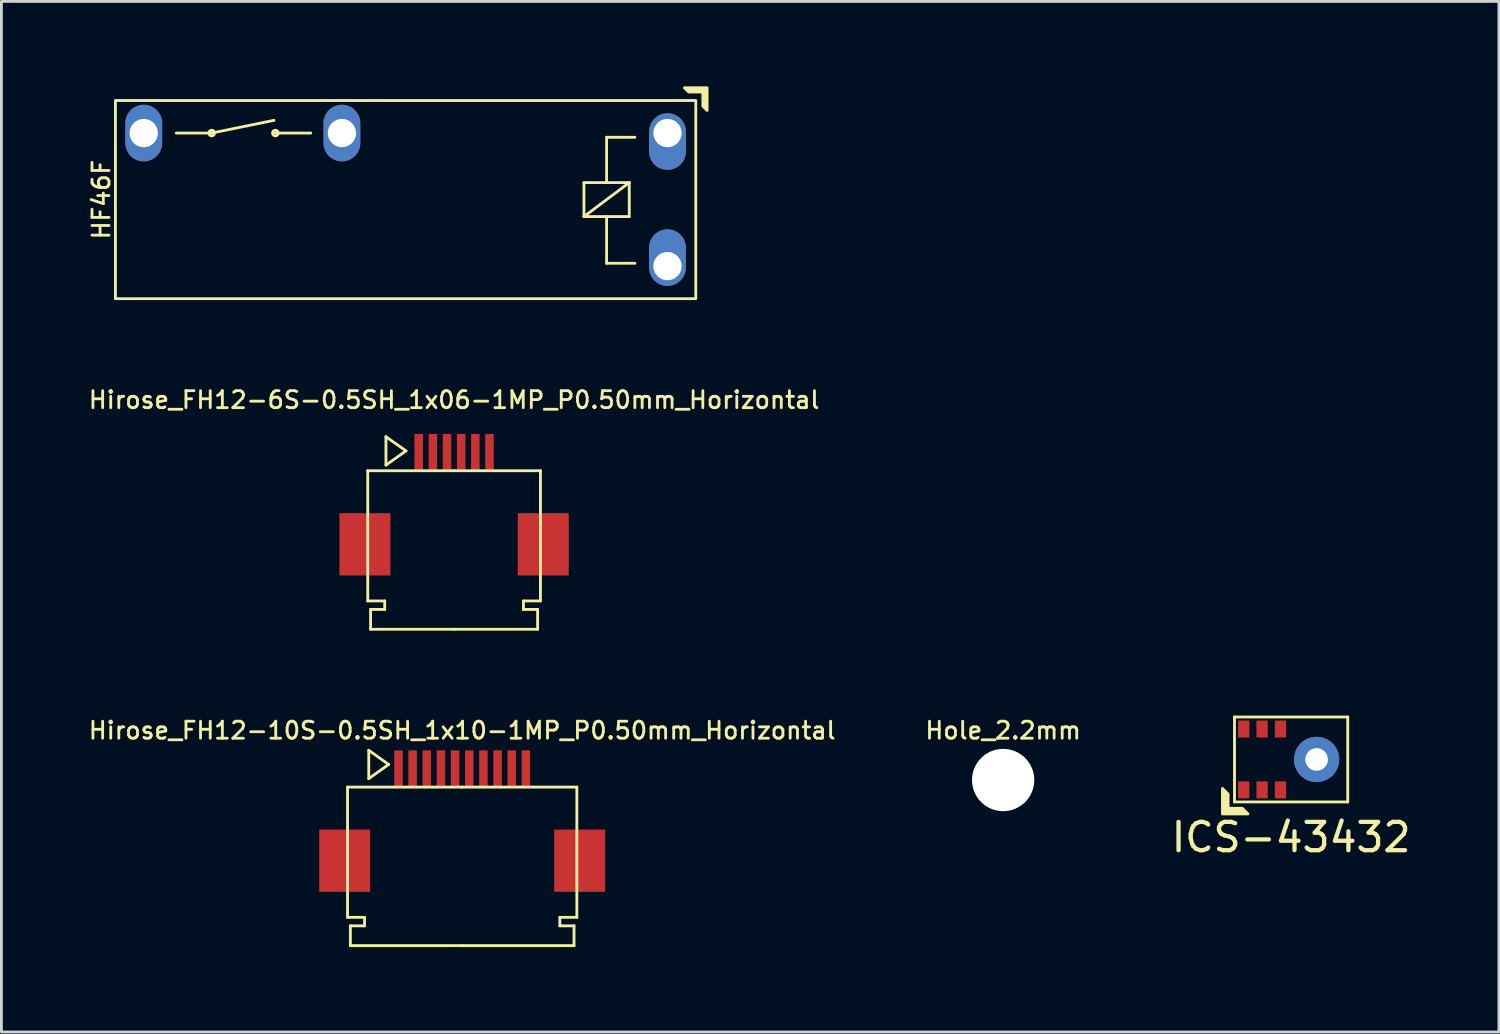
<source format=kicad_pcb>
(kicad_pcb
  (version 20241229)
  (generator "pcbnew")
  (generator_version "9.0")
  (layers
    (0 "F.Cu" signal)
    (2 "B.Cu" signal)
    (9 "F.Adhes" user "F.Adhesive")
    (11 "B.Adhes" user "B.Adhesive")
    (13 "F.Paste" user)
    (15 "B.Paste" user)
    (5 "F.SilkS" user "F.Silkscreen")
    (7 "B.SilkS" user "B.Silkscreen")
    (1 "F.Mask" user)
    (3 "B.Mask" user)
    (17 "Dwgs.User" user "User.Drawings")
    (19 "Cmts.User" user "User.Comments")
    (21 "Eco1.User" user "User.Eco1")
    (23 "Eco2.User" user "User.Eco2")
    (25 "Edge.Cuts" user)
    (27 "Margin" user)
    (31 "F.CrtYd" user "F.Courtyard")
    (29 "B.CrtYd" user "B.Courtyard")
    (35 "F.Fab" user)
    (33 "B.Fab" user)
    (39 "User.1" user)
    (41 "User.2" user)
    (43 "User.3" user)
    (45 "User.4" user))
  (footprint "Hirose_FH12-10S-0.5SH_1x10-1MP_P0.50mm_Horizontal"
    (layer "F.Cu")
    (at 13.276 25.953)
    (property "Reference" "Hirose_FH12-10S-0.5SH_1x10-1MP_P0.50mm_Horizontal" (at 0 -3.2 0) (layer "F.SilkS") (effects (font (size 0.6 0.6) (thickness 0.1) (bold yes))))
    (attr smd)
    (fp_line (start -4.05 -1.2) (end -4.05 3.4) (stroke (width 0.1) (type solid)) (layer "F.SilkS"))
    (fp_line (start -4.05 3.4) (end -3.45 3.4) (stroke (width 0.1) (type solid)) (layer "F.SilkS"))
    (fp_line (start -3.95 3.7) (end -3.95 4.4) (stroke (width 0.1) (type solid)) (layer "F.SilkS"))
    (fp_line (start -3.95 4.4) (end 0 4.4) (stroke (width 0.1) (type solid)) (layer "F.SilkS"))
    (fp_line (start -3.45 3.4) (end -3.45 3.7) (stroke (width 0.1) (type solid)) (layer "F.SilkS"))
    (fp_line (start -3.45 3.7) (end -3.95 3.7) (stroke (width 0.1) (type solid)) (layer "F.SilkS"))
    (fp_line (start -3.3 -2.5) (end -3.3 -1.5) (stroke (width 0.1) (type default)) (layer "F.SilkS"))
    (fp_line (start -3.3 -1.5) (end -2.6 -2) (stroke (width 0.1) (type default)) (layer "F.SilkS"))
    (fp_line (start -2.6 -2) (end -3.3 -2.5) (stroke (width 0.1) (type default)) (layer "F.SilkS"))
    (fp_line (start 0 -1.2) (end -4.05 -1.2) (stroke (width 0.1) (type solid)) (layer "F.SilkS"))
    (fp_line (start 0 -1.2) (end 4.05 -1.2) (stroke (width 0.1) (type solid)) (layer "F.SilkS"))
    (fp_line (start 3.45 3.4) (end 3.45 3.7) (stroke (width 0.1) (type solid)) (layer "F.SilkS"))
    (fp_line (start 3.45 3.7) (end 3.95 3.7) (stroke (width 0.1) (type solid)) (layer "F.SilkS"))
    (fp_line (start 3.95 3.7) (end 3.95 4.4) (stroke (width 0.1) (type solid)) (layer "F.SilkS"))
    (fp_line (start 3.95 4.4) (end 0 4.4) (stroke (width 0.1) (type solid)) (layer "F.SilkS"))
    (fp_line (start 4.05 -1.2) (end 4.05 3.4) (stroke (width 0.1) (type solid)) (layer "F.SilkS"))
    (fp_line (start 4.05 3.4) (end 3.45 3.4) (stroke (width 0.1) (type solid)) (layer "F.SilkS"))
    (pad "" smd rect (at -4.15 1.4) (size 1.8 2.2) (layers "F.Cu" "F.Mask" "F.Paste"))
    (pad "" smd rect (at 4.15 1.4) (size 1.8 2.2) (layers "F.Cu" "F.Mask" "F.Paste"))
    (pad "1" smd rect (at -2.25 -1.85) (size 0.3 1.3) (layers "F.Cu" "F.Mask" "F.Paste"))
    (pad "2" smd rect (at -1.75 -1.85) (size 0.3 1.3) (layers "F.Cu" "F.Mask" "F.Paste"))
    (pad "3" smd rect (at -1.25 -1.85) (size 0.3 1.3) (layers "F.Cu" "F.Mask" "F.Paste"))
    (pad "4" smd rect (at -0.75 -1.85) (size 0.3 1.3) (layers "F.Cu" "F.Mask" "F.Paste"))
    (pad "5" smd rect (at -0.25 -1.85) (size 0.3 1.3) (layers "F.Cu" "F.Mask" "F.Paste"))
    (pad "6" smd rect (at 0.25 -1.85) (size 0.3 1.3) (layers "F.Cu" "F.Mask" "F.Paste"))
    (pad "7" smd rect (at 0.75 -1.85) (size 0.3 1.3) (layers "F.Cu" "F.Mask" "F.Paste"))
    (pad "8" smd rect (at 1.25 -1.85) (size 0.3 1.3) (layers "F.Cu" "F.Mask" "F.Paste"))
    (pad "9" smd rect (at 1.75 -1.85) (size 0.3 1.3) (layers "F.Cu" "F.Mask" "F.Paste"))
    (pad "10" smd rect (at 2.25 -1.85) (size 0.3 1.3) (layers "F.Cu" "F.Mask" "F.Paste")))
  (footprint "HF46F"
    (layer "F.Cu")
    (at 11.277 4)
    (property "Reference" "HF46F" (at -10.75 0 90) (layer "F.SilkS") (effects (font (size 0.6 0.6) (thickness 0.1))))
    (attr through_hole)
    (fp_line (start -8.1 -2.35) (end -6.85 -2.35) (stroke (width 0.1) (type solid)) (layer "F.SilkS"))
    (fp_line (start -6.85 -2.35) (end -4.65 -2.8) (stroke (width 0.1) (type solid)) (layer "F.SilkS"))
    (fp_line (start -4.6 -2.35) (end -3.35 -2.35) (stroke (width 0.1) (type solid)) (layer "F.SilkS"))
    (fp_line (start 6.3 -0.6) (end 6.3 0.6) (stroke (width 0.1) (type solid)) (layer "F.SilkS"))
    (fp_line (start 6.3 0.6) (end 7.9 0.6) (stroke (width 0.1) (type solid)) (layer "F.SilkS"))
    (fp_line (start 7.1 -0.6) (end 7.1 -2.2) (stroke (width 0.1) (type solid)) (layer "F.SilkS"))
    (fp_line (start 7.1 2.25) (end 7.1 0.6) (stroke (width 0.1) (type solid)) (layer "F.SilkS"))
    (fp_line (start 7.9 -0.6) (end 6.3 -0.6) (stroke (width 0.1) (type solid)) (layer "F.SilkS"))
    (fp_line (start 7.9 -0.6) (end 6.3 0.6) (stroke (width 0.1) (type solid)) (layer "F.SilkS"))
    (fp_line (start 7.9 0.6) (end 7.9 -0.6) (stroke (width 0.1) (type solid)) (layer "F.SilkS"))
    (fp_line (start 8.1 -2.2) (end 7.1 -2.2) (stroke (width 0.1) (type solid)) (layer "F.SilkS"))
    (fp_line (start 8.1 2.25) (end 7.1 2.25) (stroke (width 0.1) (type solid)) (layer "F.SilkS"))
    (fp_rect (start -10.25 -3.5) (end 10.25 3.5) (stroke (width 0.1) (type solid)) (fill no) (layer "F.SilkS"))
    (fp_circle (center -6.85 -2.35) (end -6.75 -2.35) (stroke (width 0.1) (type solid)) (fill no) (layer "F.SilkS"))
    (fp_circle (center -4.6 -2.35) (end -4.5 -2.35) (stroke (width 0.1) (type solid)) (fill no) (layer "F.SilkS"))
    (fp_poly (pts (xy 10.65 -3.95) (xy 10.65 -3.15) (xy 10.5 -3.3) (xy 10.5 -3.8) (xy 10 -3.8) (xy 9.85 -3.95)) (stroke (width 0.1) (type solid)) (fill yes) (layer "F.SilkS"))
    (pad "1" thru_hole oval (at 9.25 -2.35) (size 1.3 2) (drill 1 (offset 0 0.3)) (layers "*.Cu" "*.Mask"))
    (pad "2" thru_hole oval (at 9.25 2.35 180) (size 1.3 2) (drill 1 (offset 0 0.3)) (layers "*.Cu" "*.Mask"))
    (pad "3" thru_hole oval (at -2.25 -2.35 270) (size 2 1.3) (drill 1) (layers "*.Cu" "*.Mask"))
    (pad "4" thru_hole oval (at -9.25 -2.35 270) (size 2 1.3) (drill 1) (layers "*.Cu" "*.Mask")))
  (footprint "Hole_2.2mm"
    (layer "F.Cu")
    (at 32.384 24.503)
    (property "Reference" "Hole_2.2mm" (at 0 -1.75 0) (layer "F.SilkS") (effects (font (size 0.6 0.6) (thickness 0.1))))
    (attr exclude_from_pos_files)
    (pad "" np_thru_hole circle (at 0 0) (size 2.2 2.2) (drill 2.2) (layers "*.Cu" "*.Mask")))
  (footprint "Hirose_FH12-6S-0.5SH_1x06-1MP_P0.50mm_Horizontal"
    (layer "F.Cu")
    (at 12.99 14.777)
    (property "Reference" "Hirose_FH12-6S-0.5SH_1x06-1MP_P0.50mm_Horizontal" (at 0 -3.7 0) (layer "F.SilkS") (effects (font (size 0.6 0.6) (thickness 0.1) (bold yes))))
    (attr smd)
    (fp_line (start -3.05 -1.2) (end -3.05 3.4) (stroke (width 0.1) (type solid)) (layer "F.SilkS"))
    (fp_line (start -3.05 3.4) (end -2.45 3.4) (stroke (width 0.1) (type solid)) (layer "F.SilkS"))
    (fp_line (start -2.95 3.7) (end -2.95 4.4) (stroke (width 0.1) (type solid)) (layer "F.SilkS"))
    (fp_line (start -2.95 4.4) (end 0 4.4) (stroke (width 0.1) (type solid)) (layer "F.SilkS"))
    (fp_line (start -2.45 3.4) (end -2.45 3.7) (stroke (width 0.1) (type solid)) (layer "F.SilkS"))
    (fp_line (start -2.45 3.7) (end -2.95 3.7) (stroke (width 0.1) (type solid)) (layer "F.SilkS"))
    (fp_line (start -2.407 -1.4) (end -2.407 -2.4) (stroke (width 0.1) (type solid)) (layer "F.SilkS"))
    (fp_line (start -2.407 -1.4) (end -1.7 -1.9) (stroke (width 0.1) (type solid)) (layer "F.SilkS"))
    (fp_line (start -1.7 -1.9) (end -2.407 -2.4) (stroke (width 0.1) (type solid)) (layer "F.SilkS"))
    (fp_line (start 0 -1.2) (end -3.05 -1.2) (stroke (width 0.1) (type solid)) (layer "F.SilkS"))
    (fp_line (start 0 -1.2) (end 3.05 -1.2) (stroke (width 0.1) (type solid)) (layer "F.SilkS"))
    (fp_line (start 2.45 3.4) (end 2.45 3.7) (stroke (width 0.1) (type solid)) (layer "F.SilkS"))
    (fp_line (start 2.45 3.7) (end 2.95 3.7) (stroke (width 0.1) (type solid)) (layer "F.SilkS"))
    (fp_line (start 2.95 3.7) (end 2.95 4.4) (stroke (width 0.1) (type solid)) (layer "F.SilkS"))
    (fp_line (start 2.95 4.4) (end 0 4.4) (stroke (width 0.1) (type solid)) (layer "F.SilkS"))
    (fp_line (start 3.05 -1.2) (end 3.05 3.4) (stroke (width 0.1) (type solid)) (layer "F.SilkS"))
    (fp_line (start 3.05 3.4) (end 2.45 3.4) (stroke (width 0.1) (type solid)) (layer "F.SilkS"))
    (pad "" smd rect (at -3.15 1.4) (size 1.8 2.2) (layers "F.Cu" "F.Mask" "F.Paste"))
    (pad "" smd rect (at 3.15 1.4) (size 1.8 2.2) (layers "F.Cu" "F.Mask" "F.Paste"))
    (pad "1" smd rect (at -1.25 -1.85) (size 0.3 1.3) (layers "F.Cu" "F.Mask" "F.Paste"))
    (pad "2" smd rect (at -0.75 -1.85) (size 0.3 1.3) (layers "F.Cu" "F.Mask" "F.Paste"))
    (pad "3" smd rect (at -0.25 -1.85) (size 0.3 1.3) (layers "F.Cu" "F.Mask" "F.Paste"))
    (pad "4" smd rect (at 0.25 -1.85) (size 0.3 1.3) (layers "F.Cu" "F.Mask" "F.Paste"))
    (pad "5" smd rect (at 0.75 -1.85) (size 0.3 1.3) (layers "F.Cu" "F.Mask" "F.Paste"))
    (pad "6" smd rect (at 1.25 -1.85) (size 0.3 1.3) (layers "F.Cu" "F.Mask" "F.Paste")))
  (footprint "ICS-43432"
    (layer "F.Cu")
    (at 42.556 23.776)
    (property "Reference" "ICS-43432" (at 0 2.75 0) (layer "F.SilkS") (effects (font (size 1 1) (thickness 0.15))))
    (attr smd)
    (fp_circle (center 0.9 0) (end 0.24 0) (stroke (width 0.4) (type solid)) (fill no) (layer "F.Mask"))
    (fp_line (start -2 -1.5) (end -2 1.5) (stroke (width 0.1) (type solid)) (layer "F.SilkS"))
    (fp_line (start -2 1.5) (end 2 1.5) (stroke (width 0.1) (type solid)) (layer "F.SilkS"))
    (fp_line (start 2 -1.5) (end -2 -1.5) (stroke (width 0.1) (type solid)) (layer "F.SilkS"))
    (fp_line (start 2 1.5) (end 2 -1.5) (stroke (width 0.1) (type solid)) (layer "F.SilkS"))
    (fp_poly (pts (xy -2.425 1.025) (xy -2.225 1.225) (xy -2.225 1.725) (xy -1.725 1.725) (xy -1.525 1.925) (xy -2.425 1.925)) (stroke (width 0.1) (type solid)) (fill yes) (layer "F.SilkS"))
    (fp_arc (start 0.240001 0) (mid 0.26249 -0.170821) (end 0.328424 -0.33) (stroke (width 0.2) (type solid)) (layer "F.Paste"))
    (fp_arc (start 0.328424 0.33) (mid 0.26249 0.170821) (end 0.240001 0) (stroke (width 0.2) (type solid)) (layer "F.Paste"))
    (fp_arc (start 0.570001 -0.571577) (mid 0.72918 -0.637511) (end 0.900001 -0.66) (stroke (width 0.2) (type solid)) (layer "F.Paste"))
    (fp_arc (start 0.900001 -0.658423) (mid 1.070822 -0.635934) (end 1.230001 -0.57) (stroke (width 0.2) (type solid)) (layer "F.Paste"))
    (fp_arc (start 0.900001 0.66) (mid 0.72918 0.637511) (end 0.570001 0.571577) (stroke (width 0.2) (type solid)) (layer "F.Paste"))
    (fp_arc (start 1.230001 0.571577) (mid 1.070822 0.637511) (end 0.900001 0.66) (stroke (width 0.2) (type solid)) (layer "F.Paste"))
    (fp_arc (start 1.471578 -0.33) (mid 1.537512 -0.170821) (end 1.560001 0) (stroke (width 0.2) (type solid)) (layer "F.Paste"))
    (fp_arc (start 1.560001 0) (mid 1.537512 0.170821) (end 1.471578 0.33) (stroke (width 0.2) (type solid)) (layer "F.Paste"))
    (pad "1" smd rect (at -1.675 1.075 180) (size 0.4 0.6) (layers "F.Cu" "F.Mask" "F.Paste"))
    (pad "2" smd rect (at -1.025 1.075 180) (size 0.4 0.6) (layers "F.Cu" "F.Mask" "F.Paste"))
    (pad "3" smd rect (at -0.375 1.075 180) (size 0.4 0.6) (layers "F.Cu" "F.Mask" "F.Paste"))
    (pad "4" thru_hole circle (at 0.9 0 180) (size 1.6 1.6) (drill 0.8) (layers "*.Cu" "*.Mask"))
    (pad "5" smd rect (at -0.375 -1.075 180) (size 0.4 0.6) (layers "F.Cu" "F.Mask" "F.Paste"))
    (pad "6" smd rect (at -1.025 -1.075 180) (size 0.4 0.6) (layers "F.Cu" "F.Mask" "F.Paste"))
    (pad "7" smd rect (at -1.675 -1.075 180) (size 0.4 0.6) (layers "F.Cu" "F.Mask" "F.Paste")))
  (gr_rect
    (start -3 -3)
    (end 49.896 33.403)
    (stroke (width 0.1) (type default))
    (fill no)
    (layer "Edge.Cuts")))
</source>
